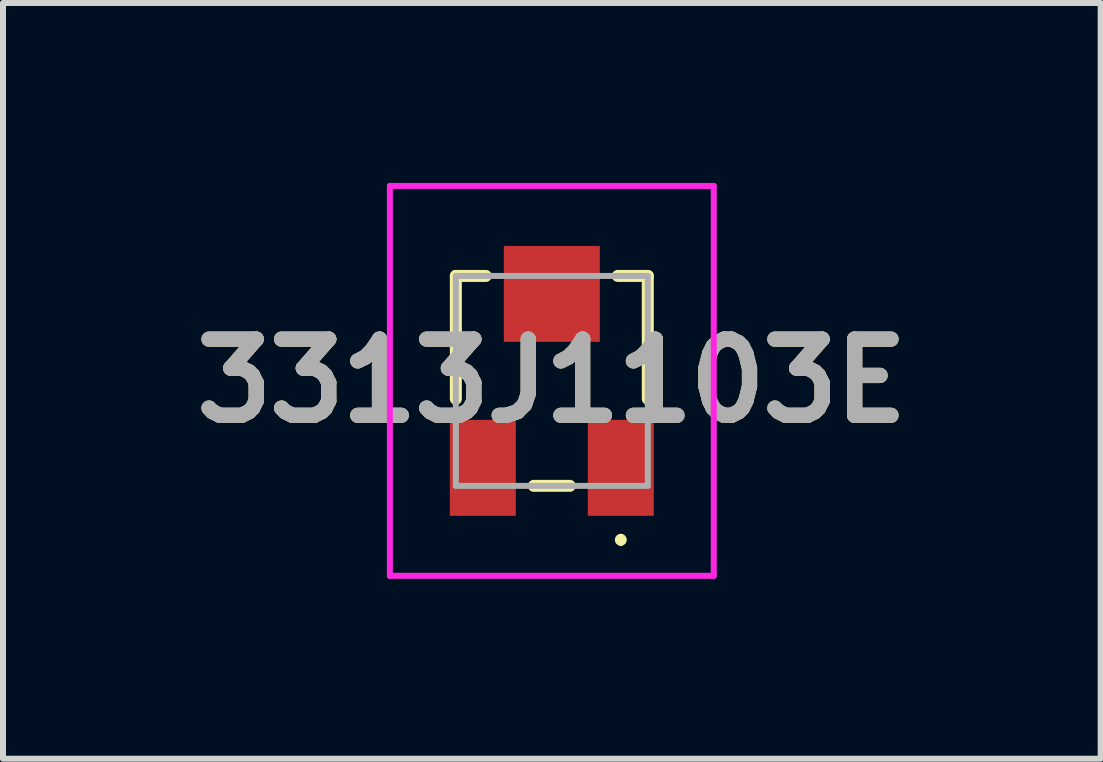
<source format=kicad_pcb>
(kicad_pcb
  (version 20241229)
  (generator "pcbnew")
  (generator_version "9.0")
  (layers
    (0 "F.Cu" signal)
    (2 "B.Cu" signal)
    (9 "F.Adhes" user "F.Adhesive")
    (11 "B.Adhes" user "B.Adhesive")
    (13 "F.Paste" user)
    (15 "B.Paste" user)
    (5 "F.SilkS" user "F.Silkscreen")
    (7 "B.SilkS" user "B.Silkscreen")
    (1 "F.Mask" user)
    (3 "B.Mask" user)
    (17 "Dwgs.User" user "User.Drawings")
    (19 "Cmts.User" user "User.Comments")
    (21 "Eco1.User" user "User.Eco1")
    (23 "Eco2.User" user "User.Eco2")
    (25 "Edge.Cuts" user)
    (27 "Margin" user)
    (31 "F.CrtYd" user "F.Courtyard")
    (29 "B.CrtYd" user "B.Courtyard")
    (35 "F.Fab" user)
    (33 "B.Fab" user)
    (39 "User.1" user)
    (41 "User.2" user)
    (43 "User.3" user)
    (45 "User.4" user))
  (footprint "3313J1103E"
    (layer "F.Cu")
    (at 6.15 3.3)
    (property "Reference" "3313J1103E" (at 0 0 0) (layer "F.SilkS") (effects (font (size 1.27 1.27) (thickness 0.254))))
    (attr smd)
    (fp_line (start -1.6 -1.75) (end -1.6 0.3) (stroke (width 0.2) (type solid)) (layer "F.SilkS"))
    (fp_line (start -1.1 -1.75) (end -1.6 -1.75) (stroke (width 0.2) (type solid)) (layer "F.SilkS"))
    (fp_line (start -0.3 1.75) (end 0.3 1.75) (stroke (width 0.2) (type solid)) (layer "F.SilkS"))
    (fp_line (start 1.1 -1.75) (end 1.6 -1.75) (stroke (width 0.2) (type solid)) (layer "F.SilkS"))
    (fp_line (start 1.15 2.6) (end 1.15 2.6) (stroke (width 0.1) (type solid)) (layer "F.SilkS"))
    (fp_line (start 1.15 2.7) (end 1.15 2.7) (stroke (width 0.1) (type solid)) (layer "F.SilkS"))
    (fp_line (start 1.6 -1.75) (end 1.6 0.3) (stroke (width 0.2) (type solid)) (layer "F.SilkS"))
    (fp_arc (start 1.15 2.6) (mid 1.2 2.65) (end 1.15 2.7) (stroke (width 0.1) (type solid)) (layer "F.SilkS"))
    (fp_arc (start 1.15 2.7) (mid 1.1 2.65) (end 1.15 2.6) (stroke (width 0.1) (type solid)) (layer "F.SilkS"))
    (fp_line (start -2.7 -3.25) (end 2.7 -3.25) (stroke (width 0.1) (type solid)) (layer "F.CrtYd"))
    (fp_line (start -2.7 3.25) (end -2.7 -3.25) (stroke (width 0.1) (type solid)) (layer "F.CrtYd"))
    (fp_line (start 2.7 -3.25) (end 2.7 3.25) (stroke (width 0.1) (type solid)) (layer "F.CrtYd"))
    (fp_line (start 2.7 3.25) (end -2.7 3.25) (stroke (width 0.1) (type solid)) (layer "F.CrtYd"))
    (fp_line (start -1.6 -1.75) (end 1.6 -1.75) (stroke (width 0.1) (type solid)) (layer "F.Fab"))
    (fp_line (start -1.6 1.75) (end -1.6 -1.75) (stroke (width 0.1) (type solid)) (layer "F.Fab"))
    (fp_line (start 1.6 -1.75) (end 1.6 1.75) (stroke (width 0.1) (type solid)) (layer "F.Fab"))
    (fp_line (start 1.6 1.75) (end -1.6 1.75) (stroke (width 0.1) (type solid)) (layer "F.Fab"))
    (fp_text user "${REFERENCE}" (at 0 0 0) (layer "F.Fab") (effects (font (size 1.27 1.27) (thickness 0.254))))
    (pad "1" smd rect (at 1.15 1.45) (size 1.1 1.6) (layers "F.Cu" "F.Mask" "F.Paste"))
    (pad "2" smd rect (at 0 -1.45) (size 1.6 1.6) (layers "F.Cu" "F.Mask" "F.Paste"))
    (pad "3" smd rect (at -1.15 1.45) (size 1.1 1.6) (layers "F.Cu" "F.Mask" "F.Paste")))
  (gr_rect
    (start -3 -3)
    (end 15.301 9.6)
    (stroke (width 0.1) (type default))
    (fill no)
    (layer "Edge.Cuts")))
</source>
